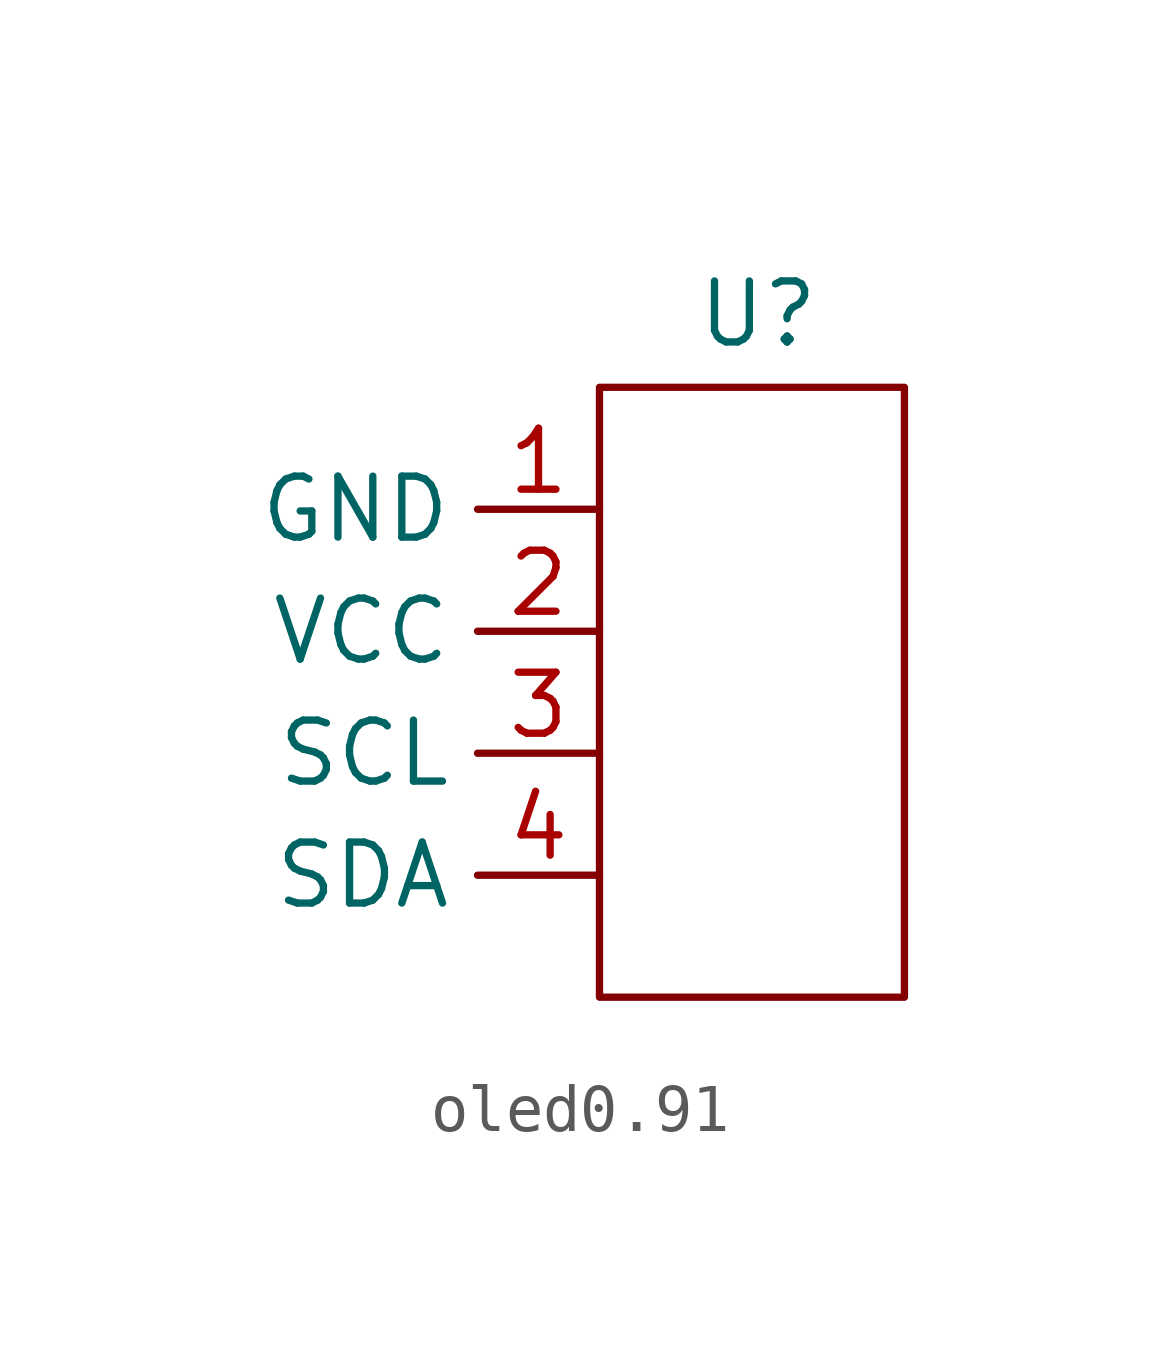
<source format=kicad_sym>
(kicad_symbol_lib
  (version 20241209)
  (generator "kicad_symbol_editor")
  (generator_version "9.0")
  (symbol "oled0.91"
    (property "Reference" "U"
      (at 3.302 6.604 0)
      (effects (font (size 1.27 1.27))))
    (property "Value" ""
      (at 0 0 0)
      (effects (font (size 1.27 1.27))))
    (symbol "oled0.91_0_1"
      (rectangle (start 0 5.08) (end 6.35 -7.62) (stroke (width 0) (type default)) (fill (type none))))
    (symbol "oled0.91_1_1"
      (pin input line (at 0 2.54 180) (length 2.54) (name "GND" (effects (font (size 1.27 1.27)))) (number "1" (effects (font (size 1.27 1.27)))))
      (pin input line (at 0 0 180) (length 2.54) (name "VCC" (effects (font (size 1.27 1.27)))) (number "2" (effects (font (size 1.27 1.27)))))
      (pin input line (at 0 -2.54 180) (length 2.54) (name "SCL" (effects (font (size 1.27 1.27)))) (number "3" (effects (font (size 1.27 1.27)))))
      (pin input line (at 0 -5.08 180) (length 2.54) (name "SDA" (effects (font (size 1.27 1.27)))) (number "4" (effects (font (size 1.27 1.27))))))))
</source>
